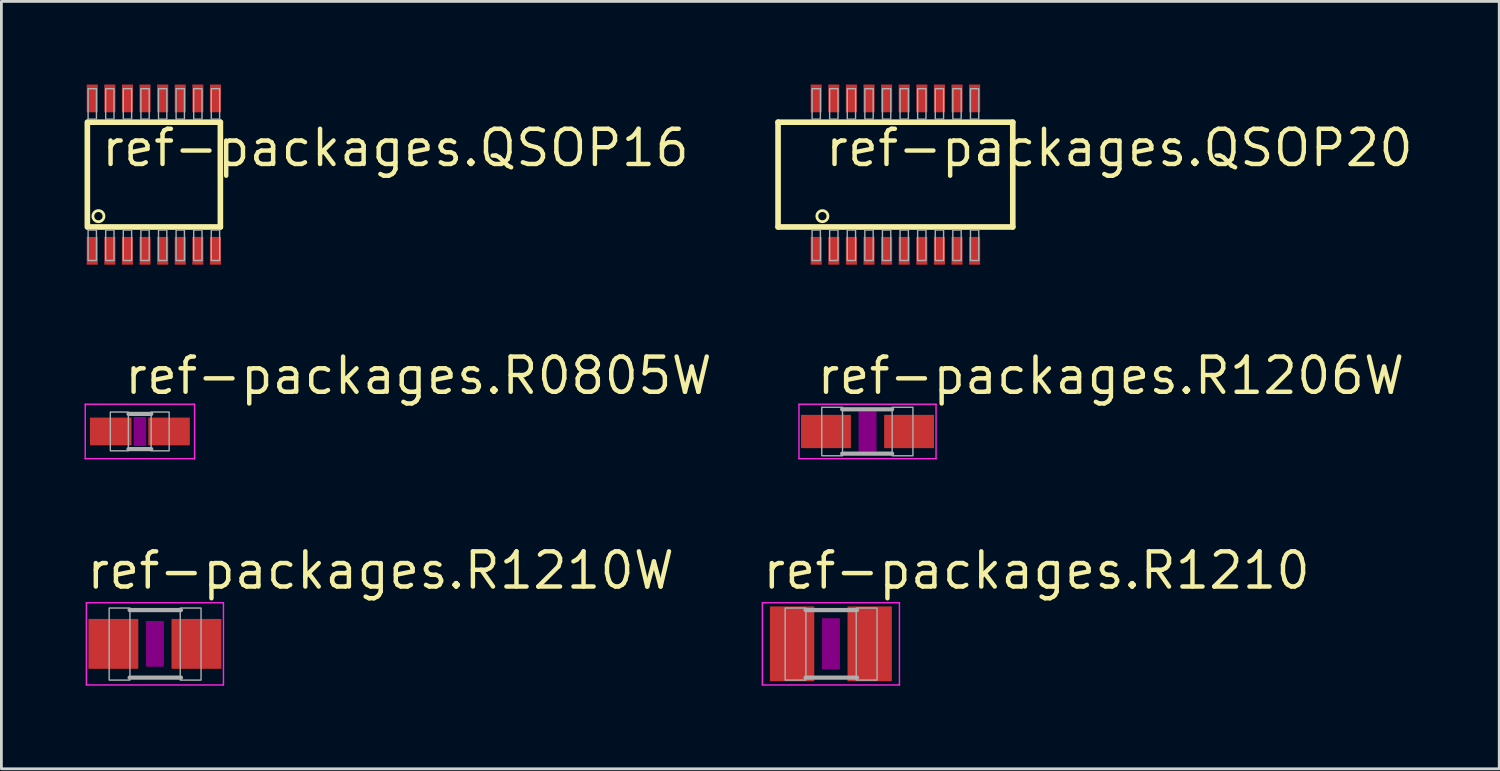
<source format=kicad_pcb>
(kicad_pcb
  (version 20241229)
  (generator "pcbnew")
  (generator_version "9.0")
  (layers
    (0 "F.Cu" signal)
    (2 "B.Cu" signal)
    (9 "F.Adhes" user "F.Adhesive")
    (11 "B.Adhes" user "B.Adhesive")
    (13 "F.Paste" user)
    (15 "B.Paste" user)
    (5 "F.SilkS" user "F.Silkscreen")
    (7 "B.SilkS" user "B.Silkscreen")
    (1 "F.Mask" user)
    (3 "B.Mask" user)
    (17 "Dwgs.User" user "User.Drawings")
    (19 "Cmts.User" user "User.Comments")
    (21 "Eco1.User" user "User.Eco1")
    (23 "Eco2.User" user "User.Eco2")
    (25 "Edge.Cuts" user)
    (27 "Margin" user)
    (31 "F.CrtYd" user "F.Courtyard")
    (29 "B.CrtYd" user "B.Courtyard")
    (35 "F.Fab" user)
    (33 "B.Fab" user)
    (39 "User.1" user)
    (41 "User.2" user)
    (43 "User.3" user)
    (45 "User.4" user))
  (footprint "ref-packages.R1210"
    (layer "F.Cu")
    (at 26.933 20.183)
    (property "Reference" "ref-packages.R1210" (at -2.54 -1.905 0) (layer "F.SilkS") (effects (font (size 1.27 1.27) (thickness 0.16)) (justify left bottom)))
    (attr smd)
    (fp_rect (start -0.3 0.9) (end 0.3 -0.9) (stroke (width 0.05) (type default)) (fill yes) (layer "F.Adhes"))
    (fp_line (start -2.473 -1.483) (end 2.473 -1.483) (stroke (width 0.051) (type default)) (layer "F.CrtYd"))
    (fp_line (start -2.473 1.483) (end -2.473 -1.483) (stroke (width 0.051) (type default)) (layer "F.CrtYd"))
    (fp_line (start 2.473 -1.483) (end 2.473 1.483) (stroke (width 0.051) (type default)) (layer "F.CrtYd"))
    (fp_line (start 2.473 1.483) (end -2.473 1.483) (stroke (width 0.051) (type default)) (layer "F.CrtYd"))
    (fp_line (start -0.913 -1.219) (end 0.939 -1.219) (stroke (width 0.152) (type default)) (layer "F.Fab"))
    (fp_line (start -0.913 1.219) (end 0.939 1.219) (stroke (width 0.152) (type default)) (layer "F.Fab"))
    (fp_rect (start -1.651 1.308) (end -0.901 -1.292) (stroke (width 0.05) (type default)) (fill no) (layer "F.Fab"))
    (fp_rect (start 0.914 1.308) (end 1.665 -1.292) (stroke (width 0.05) (type default)) (fill no) (layer "F.Fab"))
    (pad "1" smd roundrect (at -1.4 0) (size 1.6 2.7) (layers "F.Cu" "F.Mask" "F.Paste") (roundrect_rratio 0.01))
    (pad "2" smd roundrect (at 1.4 0) (size 1.6 2.7) (layers "F.Cu" "F.Mask" "F.Paste") (roundrect_rratio 0.01)))
  (footprint "ref-packages.QSOP20"
    (layer "F.Cu")
    (at 29.261 3.25)
    (property "Reference" "ref-packages.QSOP20" (at -2.605 -0.22 0) (layer "F.SilkS") (effects (font (size 1.27 1.27) (thickness 0.16)) (justify left bottom)))
    (attr smd)
    (fp_line (start -4.235 -1.89) (end 4.235 -1.89) (stroke (width 0.203) (type default)) (layer "F.SilkS"))
    (fp_line (start -4.235 1.89) (end -4.235 -1.89) (stroke (width 0.203) (type default)) (layer "F.SilkS"))
    (fp_line (start 4.235 -1.89) (end 4.235 1.89) (stroke (width 0.203) (type default)) (layer "F.SilkS"))
    (fp_line (start 4.235 1.89) (end -4.235 1.89) (stroke (width 0.203) (type default)) (layer "F.SilkS"))
    (fp_circle (center -2.635 1.5) (end -2.435 1.5) (stroke (width 0.1) (type default)) (fill no) (layer "F.SilkS"))
    (fp_rect (start -3.007 -2) (end -2.708 -3.1) (stroke (width 0.05) (type default)) (fill no) (layer "F.Fab"))
    (fp_rect (start -3.007 3.1) (end -2.708 2) (stroke (width 0.05) (type default)) (fill no) (layer "F.Fab"))
    (fp_rect (start -2.373 -2) (end -2.072 -3.1) (stroke (width 0.05) (type default)) (fill no) (layer "F.Fab"))
    (fp_rect (start -2.373 3.1) (end -2.072 2) (stroke (width 0.05) (type default)) (fill no) (layer "F.Fab"))
    (fp_rect (start -1.738 -2) (end -1.438 -3.1) (stroke (width 0.05) (type default)) (fill no) (layer "F.Fab"))
    (fp_rect (start -1.738 3.1) (end -1.438 2) (stroke (width 0.05) (type default)) (fill no) (layer "F.Fab"))
    (fp_rect (start -1.103 -2) (end -0.802 -3.1) (stroke (width 0.05) (type default)) (fill no) (layer "F.Fab"))
    (fp_rect (start -1.103 3.1) (end -0.802 2) (stroke (width 0.05) (type default)) (fill no) (layer "F.Fab"))
    (fp_rect (start -0.468 -2) (end -0.168 -3.1) (stroke (width 0.05) (type default)) (fill no) (layer "F.Fab"))
    (fp_rect (start -0.468 3.1) (end -0.168 2) (stroke (width 0.05) (type default)) (fill no) (layer "F.Fab"))
    (fp_rect (start 0.168 -2) (end 0.468 -3.1) (stroke (width 0.05) (type default)) (fill no) (layer "F.Fab"))
    (fp_rect (start 0.168 3.1) (end 0.468 2) (stroke (width 0.05) (type default)) (fill no) (layer "F.Fab"))
    (fp_rect (start 0.802 -2) (end 1.103 -3.1) (stroke (width 0.05) (type default)) (fill no) (layer "F.Fab"))
    (fp_rect (start 0.802 3.1) (end 1.103 2) (stroke (width 0.05) (type default)) (fill no) (layer "F.Fab"))
    (fp_rect (start 1.438 -2) (end 1.738 -3.1) (stroke (width 0.05) (type default)) (fill no) (layer "F.Fab"))
    (fp_rect (start 1.438 3.1) (end 1.738 2) (stroke (width 0.05) (type default)) (fill no) (layer "F.Fab"))
    (fp_rect (start 2.072 -2) (end 2.373 -3.1) (stroke (width 0.05) (type default)) (fill no) (layer "F.Fab"))
    (fp_rect (start 2.072 3.1) (end 2.373 2) (stroke (width 0.05) (type default)) (fill no) (layer "F.Fab"))
    (fp_rect (start 2.708 -2) (end 3.007 -3.1) (stroke (width 0.05) (type default)) (fill no) (layer "F.Fab"))
    (fp_rect (start 2.708 3.1) (end 3.007 2) (stroke (width 0.05) (type default)) (fill no) (layer "F.Fab"))
    (pad "1" smd roundrect (at -2.858 2.75) (size 0.4 1) (layers "F.Cu" "F.Mask" "F.Paste") (roundrect_rratio 0.01))
    (pad "2" smd roundrect (at -2.223 2.75) (size 0.4 1) (layers "F.Cu" "F.Mask" "F.Paste") (roundrect_rratio 0.01))
    (pad "3" smd roundrect (at -1.588 2.75) (size 0.4 1) (layers "F.Cu" "F.Mask" "F.Paste") (roundrect_rratio 0.01))
    (pad "4" smd roundrect (at -0.953 2.75) (size 0.4 1) (layers "F.Cu" "F.Mask" "F.Paste") (roundrect_rratio 0.01))
    (pad "5" smd roundrect (at -0.318 2.75) (size 0.4 1) (layers "F.Cu" "F.Mask" "F.Paste") (roundrect_rratio 0.01))
    (pad "6" smd roundrect (at 0.318 2.75) (size 0.4 1) (layers "F.Cu" "F.Mask" "F.Paste") (roundrect_rratio 0.01))
    (pad "7" smd roundrect (at 0.953 2.75) (size 0.4 1) (layers "F.Cu" "F.Mask" "F.Paste") (roundrect_rratio 0.01))
    (pad "8" smd roundrect (at 1.588 2.75) (size 0.4 1) (layers "F.Cu" "F.Mask" "F.Paste") (roundrect_rratio 0.01))
    (pad "9" smd roundrect (at 2.223 2.75) (size 0.4 1) (layers "F.Cu" "F.Mask" "F.Paste") (roundrect_rratio 0.01))
    (pad "10" smd roundrect (at 2.858 2.75) (size 0.4 1) (layers "F.Cu" "F.Mask" "F.Paste") (roundrect_rratio 0.01))
    (pad "11" smd roundrect (at 2.858 -2.75) (size 0.4 1) (layers "F.Cu" "F.Mask" "F.Paste") (roundrect_rratio 0.01))
    (pad "12" smd roundrect (at 2.223 -2.75) (size 0.4 1) (layers "F.Cu" "F.Mask" "F.Paste") (roundrect_rratio 0.01))
    (pad "13" smd roundrect (at 1.588 -2.75) (size 0.4 1) (layers "F.Cu" "F.Mask" "F.Paste") (roundrect_rratio 0.01))
    (pad "14" smd roundrect (at 0.953 -2.75) (size 0.4 1) (layers "F.Cu" "F.Mask" "F.Paste") (roundrect_rratio 0.01))
    (pad "15" smd roundrect (at 0.318 -2.75) (size 0.4 1) (layers "F.Cu" "F.Mask" "F.Paste") (roundrect_rratio 0.01))
    (pad "16" smd roundrect (at -0.318 -2.75) (size 0.4 1) (layers "F.Cu" "F.Mask" "F.Paste") (roundrect_rratio 0.01))
    (pad "17" smd roundrect (at -0.953 -2.75) (size 0.4 1) (layers "F.Cu" "F.Mask" "F.Paste") (roundrect_rratio 0.01))
    (pad "18" smd roundrect (at -1.588 -2.75) (size 0.4 1) (layers "F.Cu" "F.Mask" "F.Paste") (roundrect_rratio 0.01))
    (pad "19" smd roundrect (at -2.223 -2.75) (size 0.4 1) (layers "F.Cu" "F.Mask" "F.Paste") (roundrect_rratio 0.01))
    (pad "20" smd roundrect (at -2.858 -2.75) (size 0.4 1) (layers "F.Cu" "F.Mask" "F.Paste") (roundrect_rratio 0.01)))
  (footprint "ref-packages.QSOP16"
    (layer "F.Cu")
    (at 2.502 3.25)
    (property "Reference" "ref-packages.QSOP16" (at -1.97 -0.22 0) (layer "F.SilkS") (effects (font (size 1.27 1.27) (thickness 0.16)) (justify left bottom)))
    (attr smd)
    (fp_line (start -2.4 1.89) (end -2.4 -1.89) (stroke (width 0.203) (type default)) (layer "F.SilkS"))
    (fp_line (start -2.38 -1.89) (end 2.4 -1.89) (stroke (width 0.203) (type default)) (layer "F.SilkS"))
    (fp_line (start 2.4 -1.89) (end 2.4 1.89) (stroke (width 0.203) (type default)) (layer "F.SilkS"))
    (fp_line (start 2.4 1.89) (end -2.38 1.89) (stroke (width 0.203) (type default)) (layer "F.SilkS"))
    (fp_circle (center -2 1.5) (end -1.8 1.5) (stroke (width 0.1) (type default)) (fill no) (layer "F.SilkS"))
    (fp_rect (start -2.373 -2) (end -2.072 -3.1) (stroke (width 0.05) (type default)) (fill no) (layer "F.Fab"))
    (fp_rect (start -2.373 3.1) (end -2.072 2) (stroke (width 0.05) (type default)) (fill no) (layer "F.Fab"))
    (fp_rect (start -1.738 -2) (end -1.438 -3.1) (stroke (width 0.05) (type default)) (fill no) (layer "F.Fab"))
    (fp_rect (start -1.738 3.1) (end -1.438 2) (stroke (width 0.05) (type default)) (fill no) (layer "F.Fab"))
    (fp_rect (start -1.103 -2) (end -0.802 -3.1) (stroke (width 0.05) (type default)) (fill no) (layer "F.Fab"))
    (fp_rect (start -1.103 3.1) (end -0.802 2) (stroke (width 0.05) (type default)) (fill no) (layer "F.Fab"))
    (fp_rect (start -0.468 -2) (end -0.168 -3.1) (stroke (width 0.05) (type default)) (fill no) (layer "F.Fab"))
    (fp_rect (start -0.468 3.1) (end -0.168 2) (stroke (width 0.05) (type default)) (fill no) (layer "F.Fab"))
    (fp_rect (start 0.168 -2) (end 0.468 -3.1) (stroke (width 0.05) (type default)) (fill no) (layer "F.Fab"))
    (fp_rect (start 0.168 3.1) (end 0.468 2) (stroke (width 0.05) (type default)) (fill no) (layer "F.Fab"))
    (fp_rect (start 0.802 -2) (end 1.103 -3.1) (stroke (width 0.05) (type default)) (fill no) (layer "F.Fab"))
    (fp_rect (start 0.802 3.1) (end 1.103 2) (stroke (width 0.05) (type default)) (fill no) (layer "F.Fab"))
    (fp_rect (start 1.438 -2) (end 1.738 -3.1) (stroke (width 0.05) (type default)) (fill no) (layer "F.Fab"))
    (fp_rect (start 1.438 3.1) (end 1.738 2) (stroke (width 0.05) (type default)) (fill no) (layer "F.Fab"))
    (fp_rect (start 2.072 -2) (end 2.373 -3.1) (stroke (width 0.05) (type default)) (fill no) (layer "F.Fab"))
    (fp_rect (start 2.072 3.1) (end 2.373 2) (stroke (width 0.05) (type default)) (fill no) (layer "F.Fab"))
    (pad "1" smd roundrect (at -2.223 2.75) (size 0.4 1) (layers "F.Cu" "F.Mask" "F.Paste") (roundrect_rratio 0.01))
    (pad "2" smd roundrect (at -1.588 2.75) (size 0.4 1) (layers "F.Cu" "F.Mask" "F.Paste") (roundrect_rratio 0.01))
    (pad "3" smd roundrect (at -0.953 2.75) (size 0.4 1) (layers "F.Cu" "F.Mask" "F.Paste") (roundrect_rratio 0.01))
    (pad "4" smd roundrect (at -0.318 2.75) (size 0.4 1) (layers "F.Cu" "F.Mask" "F.Paste") (roundrect_rratio 0.01))
    (pad "5" smd roundrect (at 0.318 2.75) (size 0.4 1) (layers "F.Cu" "F.Mask" "F.Paste") (roundrect_rratio 0.01))
    (pad "6" smd roundrect (at 0.953 2.75) (size 0.4 1) (layers "F.Cu" "F.Mask" "F.Paste") (roundrect_rratio 0.01))
    (pad "7" smd roundrect (at 1.588 2.75) (size 0.4 1) (layers "F.Cu" "F.Mask" "F.Paste") (roundrect_rratio 0.01))
    (pad "8" smd roundrect (at 2.223 2.75) (size 0.4 1) (layers "F.Cu" "F.Mask" "F.Paste") (roundrect_rratio 0.01))
    (pad "9" smd roundrect (at 2.223 -2.75) (size 0.4 1) (layers "F.Cu" "F.Mask" "F.Paste") (roundrect_rratio 0.01))
    (pad "10" smd roundrect (at 1.588 -2.75) (size 0.4 1) (layers "F.Cu" "F.Mask" "F.Paste") (roundrect_rratio 0.01))
    (pad "11" smd roundrect (at 0.953 -2.75) (size 0.4 1) (layers "F.Cu" "F.Mask" "F.Paste") (roundrect_rratio 0.01))
    (pad "12" smd roundrect (at 0.318 -2.75) (size 0.4 1) (layers "F.Cu" "F.Mask" "F.Paste") (roundrect_rratio 0.01))
    (pad "13" smd roundrect (at -0.318 -2.75) (size 0.4 1) (layers "F.Cu" "F.Mask" "F.Paste") (roundrect_rratio 0.01))
    (pad "14" smd roundrect (at -0.953 -2.75) (size 0.4 1) (layers "F.Cu" "F.Mask" "F.Paste") (roundrect_rratio 0.01))
    (pad "15" smd roundrect (at -1.588 -2.75) (size 0.4 1) (layers "F.Cu" "F.Mask" "F.Paste") (roundrect_rratio 0.01))
    (pad "16" smd roundrect (at -2.223 -2.75) (size 0.4 1) (layers "F.Cu" "F.Mask" "F.Paste") (roundrect_rratio 0.01)))
  (footprint "ref-packages.R0805W"
    (layer "F.Cu")
    (at 1.998 12.52)
    (property "Reference" "ref-packages.R0805W" (at -0.635 -1.27 0) (layer "F.SilkS") (effects (font (size 1.27 1.27) (thickness 0.16)) (justify left bottom)))
    (attr smd)
    (fp_rect (start -0.2 0.5) (end 0.2 -0.5) (stroke (width 0.05) (type default)) (fill yes) (layer "F.Adhes"))
    (fp_line (start -1.973 -0.983) (end 1.973 -0.983) (stroke (width 0.051) (type default)) (layer "F.CrtYd"))
    (fp_line (start -1.973 0.983) (end -1.973 -0.983) (stroke (width 0.051) (type default)) (layer "F.CrtYd"))
    (fp_line (start 1.973 -0.983) (end 1.973 0.983) (stroke (width 0.051) (type default)) (layer "F.CrtYd"))
    (fp_line (start 1.973 0.983) (end -1.973 0.983) (stroke (width 0.051) (type default)) (layer "F.CrtYd"))
    (fp_line (start -0.41 -0.635) (end 0.41 -0.635) (stroke (width 0.152) (type default)) (layer "F.Fab"))
    (fp_line (start -0.41 0.635) (end 0.41 0.635) (stroke (width 0.152) (type default)) (layer "F.Fab"))
    (fp_rect (start -1.067 0.699) (end -0.417 -0.702) (stroke (width 0.05) (type default)) (fill no) (layer "F.Fab"))
    (fp_rect (start 0.406 0.699) (end 1.056 -0.702) (stroke (width 0.05) (type default)) (fill no) (layer "F.Fab"))
    (pad "1" smd roundrect (at -1.052 0) (size 1.5 1) (layers "F.Cu" "F.Mask" "F.Paste") (roundrect_rratio 0.01))
    (pad "2" smd roundrect (at 1.052 0) (size 1.5 1) (layers "F.Cu" "F.Mask" "F.Paste") (roundrect_rratio 0.01)))
  (footprint "ref-packages.R1210W"
    (layer "F.Cu")
    (at 2.54 20.183)
    (property "Reference" "ref-packages.R1210W" (at -2.54 -1.905 0) (layer "F.SilkS") (effects (font (size 1.27 1.27) (thickness 0.16)) (justify left bottom)))
    (attr smd)
    (fp_rect (start -0.3 0.8) (end 0.3 -0.8) (stroke (width 0.05) (type default)) (fill yes) (layer "F.Adhes"))
    (fp_line (start -2.473 -1.483) (end 2.473 -1.483) (stroke (width 0.051) (type default)) (layer "F.CrtYd"))
    (fp_line (start -2.473 1.483) (end -2.473 -1.483) (stroke (width 0.051) (type default)) (layer "F.CrtYd"))
    (fp_line (start 2.473 -1.483) (end 2.473 1.483) (stroke (width 0.051) (type default)) (layer "F.CrtYd"))
    (fp_line (start 2.473 1.483) (end -2.473 1.483) (stroke (width 0.051) (type default)) (layer "F.CrtYd"))
    (fp_line (start -0.913 -1.219) (end 0.939 -1.219) (stroke (width 0.152) (type default)) (layer "F.Fab"))
    (fp_line (start -0.913 1.219) (end 0.939 1.219) (stroke (width 0.152) (type default)) (layer "F.Fab"))
    (fp_rect (start -1.651 1.308) (end -0.901 -1.292) (stroke (width 0.05) (type default)) (fill no) (layer "F.Fab"))
    (fp_rect (start 0.914 1.308) (end 1.665 -1.292) (stroke (width 0.05) (type default)) (fill no) (layer "F.Fab"))
    (pad "1" smd roundrect (at -1.499 0) (size 1.8 1.8) (layers "F.Cu" "F.Mask" "F.Paste") (roundrect_rratio 0.01))
    (pad "2" smd roundrect (at 1.499 0) (size 1.8 1.8) (layers "F.Cu" "F.Mask" "F.Paste") (roundrect_rratio 0.01)))
  (footprint "ref-packages.R1206W"
    (layer "F.Cu")
    (at 28.254 12.52)
    (property "Reference" "ref-packages.R1206W" (at -1.905 -1.27 0) (layer "F.SilkS") (effects (font (size 1.27 1.27) (thickness 0.16)) (justify left bottom)))
    (attr smd)
    (fp_rect (start -0.3 0.7) (end 0.3 -0.7) (stroke (width 0.05) (type default)) (fill yes) (layer "F.Adhes"))
    (fp_line (start -2.473 -0.983) (end 2.473 -0.983) (stroke (width 0.051) (type default)) (layer "F.CrtYd"))
    (fp_line (start -2.473 0.983) (end -2.473 -0.983) (stroke (width 0.051) (type default)) (layer "F.CrtYd"))
    (fp_line (start 2.473 -0.983) (end 2.473 0.983) (stroke (width 0.051) (type default)) (layer "F.CrtYd"))
    (fp_line (start 2.473 0.983) (end -2.473 0.983) (stroke (width 0.051) (type default)) (layer "F.CrtYd"))
    (fp_line (start -0.913 -0.8) (end 0.888 -0.8) (stroke (width 0.152) (type default)) (layer "F.Fab"))
    (fp_line (start -0.913 0.8) (end 0.888 0.8) (stroke (width 0.152) (type default)) (layer "F.Fab"))
    (fp_rect (start -1.651 0.876) (end -0.901 -0.874) (stroke (width 0.05) (type default)) (fill no) (layer "F.Fab"))
    (fp_rect (start 0.889 0.876) (end 1.639 -0.874) (stroke (width 0.05) (type default)) (fill no) (layer "F.Fab"))
    (pad "1" smd roundrect (at -1.499 0) (size 1.8 1.2) (layers "F.Cu" "F.Mask" "F.Paste") (roundrect_rratio 0.01))
    (pad "2" smd roundrect (at 1.499 0) (size 1.8 1.2) (layers "F.Cu" "F.Mask" "F.Paste") (roundrect_rratio 0.01)))
  (gr_rect
    (start -3 -3)
    (end 51.049 24.692)
    (stroke (width 0.1) (type default))
    (fill no)
    (layer "Edge.Cuts")))
</source>
